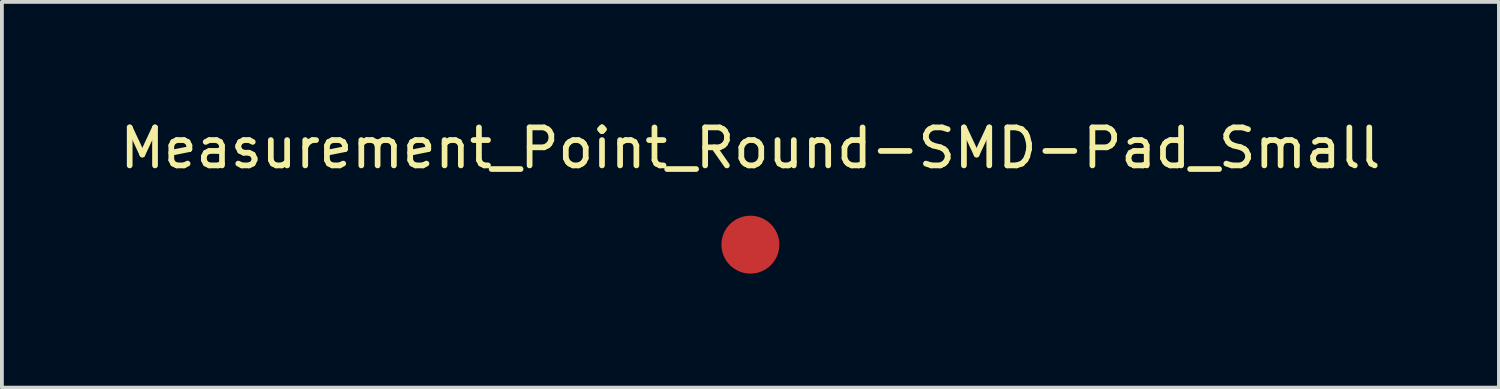
<source format=kicad_pcb>
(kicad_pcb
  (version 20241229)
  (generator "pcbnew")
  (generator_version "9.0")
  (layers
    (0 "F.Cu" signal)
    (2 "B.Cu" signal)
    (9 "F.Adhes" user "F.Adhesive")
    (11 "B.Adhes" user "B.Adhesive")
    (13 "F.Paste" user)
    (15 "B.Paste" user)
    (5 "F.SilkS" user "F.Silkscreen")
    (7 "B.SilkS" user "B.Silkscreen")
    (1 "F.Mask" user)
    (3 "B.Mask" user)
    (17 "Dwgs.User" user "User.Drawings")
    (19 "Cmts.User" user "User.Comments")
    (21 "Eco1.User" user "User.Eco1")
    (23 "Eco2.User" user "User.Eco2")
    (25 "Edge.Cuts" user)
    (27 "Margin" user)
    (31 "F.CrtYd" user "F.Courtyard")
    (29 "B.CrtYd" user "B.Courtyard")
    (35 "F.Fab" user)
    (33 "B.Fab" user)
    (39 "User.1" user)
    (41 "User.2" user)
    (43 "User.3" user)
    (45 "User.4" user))
  (footprint "Measurement_Point_Round-SMD-Pad_Small"
    (layer "F.Cu")
    (at 16.696 3.388)
    (property "Reference" "Measurement_Point_Round-SMD-Pad_Small" (at 0 -2.54 0) (layer "F.SilkS") (effects (font (size 1 1) (thickness 0.15))))
    (attr through_hole)
    (pad "1" smd circle (at 0 0) (size 1.524 1.524) (layers "F.Cu" "F.Mask")))
  (gr_rect
    (start -3 -3)
    (end 36.393 7.15)
    (stroke (width 0.1) (type default))
    (fill no)
    (layer "Edge.Cuts")))
</source>
